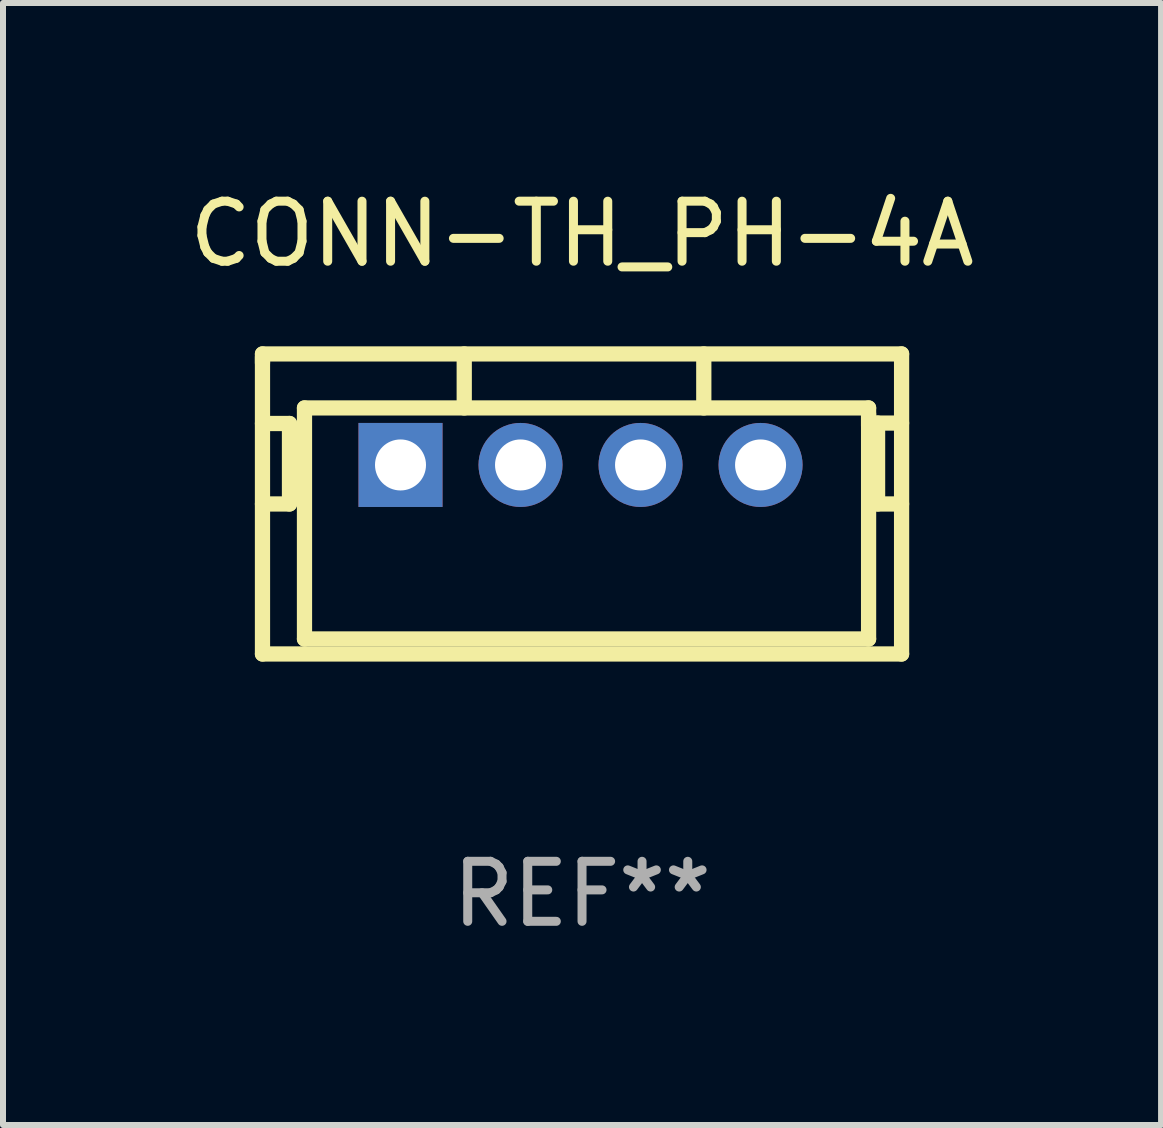
<source format=kicad_pcb>
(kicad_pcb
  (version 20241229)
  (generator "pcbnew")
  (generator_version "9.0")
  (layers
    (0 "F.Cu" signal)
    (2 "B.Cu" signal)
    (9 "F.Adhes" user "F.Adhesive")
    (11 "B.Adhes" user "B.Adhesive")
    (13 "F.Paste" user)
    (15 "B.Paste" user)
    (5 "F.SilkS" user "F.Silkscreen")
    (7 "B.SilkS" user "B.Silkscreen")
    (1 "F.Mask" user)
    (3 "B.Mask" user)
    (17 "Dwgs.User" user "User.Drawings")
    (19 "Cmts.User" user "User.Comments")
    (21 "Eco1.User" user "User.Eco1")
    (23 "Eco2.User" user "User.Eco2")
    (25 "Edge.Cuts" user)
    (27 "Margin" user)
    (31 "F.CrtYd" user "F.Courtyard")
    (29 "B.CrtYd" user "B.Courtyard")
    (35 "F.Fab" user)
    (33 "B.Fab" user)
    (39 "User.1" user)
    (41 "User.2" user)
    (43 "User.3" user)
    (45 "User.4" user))
  (footprint "CONN-TH_PH-4A"
    (layer "F.Cu")
    (at 6.624 4.698)
    (property "Reference" "CONN-TH_PH-4A" (at 0.025 -3.85 0) (layer "F.SilkS") (effects (font (size 1 1) (thickness 0.15))))
    (attr through_hole)
    (fp_line (start -5.3 -1.85) (end 5.35 -1.85) (stroke (width 0.254) (type solid)) (layer "F.SilkS"))
    (fp_line (start -5.3 -1.7) (end -5.3 -1.85) (stroke (width 0.254) (type solid)) (layer "F.SilkS"))
    (fp_line (start -5.3 -0.691) (end -4.85 -0.691) (stroke (width 0.254) (type solid)) (layer "F.SilkS"))
    (fp_line (start -5.3 3.15) (end -5.3 -1.8) (stroke (width 0.254) (type solid)) (layer "F.SilkS"))
    (fp_line (start -4.85 -0.691) (end -4.85 0.65) (stroke (width 0.254) (type solid)) (layer "F.SilkS"))
    (fp_line (start -4.85 0.65) (end -5.3 0.65) (stroke (width 0.254) (type solid)) (layer "F.SilkS"))
    (fp_line (start -4.6 -0.95) (end -4.6 2.9) (stroke (width 0.254) (type solid)) (layer "F.SilkS"))
    (fp_line (start -4.6 2.9) (end 4.8 2.9) (stroke (width 0.254) (type solid)) (layer "F.SilkS"))
    (fp_line (start -1.938 -0.95) (end -1.938 -1.85) (stroke (width 0.254) (type solid)) (layer "F.SilkS"))
    (fp_line (start 2.054 -0.95) (end 2.054 -1.85) (stroke (width 0.254) (type solid)) (layer "F.SilkS"))
    (fp_line (start 4.8 2.9) (end 4.8 -0.85) (stroke (width 0.254) (type solid)) (layer "F.SilkS"))
    (fp_line (start 4.8 -0.95) (end -4.6 -0.95) (stroke (width 0.254) (type solid)) (layer "F.SilkS"))
    (fp_line (start 4.8 -0.65) (end 4.8 -0.95) (stroke (width 0.254) (type solid)) (layer "F.SilkS"))
    (fp_line (start 4.95 -0.698) (end 4.95 0.65) (stroke (width 0.254) (type solid)) (layer "F.SilkS"))
    (fp_line (start 4.95 0.65) (end 5.35 0.65) (stroke (width 0.254) (type solid)) (layer "F.SilkS"))
    (fp_line (start 5.35 -1.85) (end 5.35 3.15) (stroke (width 0.254) (type solid)) (layer "F.SilkS"))
    (fp_line (start 5.35 -0.698) (end 4.95 -0.698) (stroke (width 0.254) (type solid)) (layer "F.SilkS"))
    (fp_line (start 5.35 3.15) (end -5.3 3.15) (stroke (width 0.254) (type solid)) (layer "F.SilkS"))
    (fp_circle (center -5.271 3.127) (end -5.241 3.127) (stroke (width 0.06) (type solid)) (fill no) (layer "F.SilkS"))
    (fp_text user "REF**" (at 0.025 7.15 0) (layer "F.Fab") (effects (font (size 1 1) (thickness 0.15))))
    (pad "1" thru_hole rect (at -3 0) (size 1.4 1.4) (drill 0.85) (layers "*.Cu" "*.Mask"))
    (pad "2" thru_hole circle (at -1 0) (size 1.4 1.4) (drill 0.85) (layers "*.Cu" "*.Mask"))
    (pad "3" thru_hole circle (at 1 0) (size 1.4 1.4) (drill 0.85) (layers "*.Cu" "*.Mask"))
    (pad "4" thru_hole circle (at 3 0) (size 1.4 1.4) (drill 0.85) (layers "*.Cu" "*.Mask")))
  (gr_rect
    (start -3 -3)
    (end 16.298 15.697)
    (stroke (width 0.1) (type default))
    (fill no)
    (layer "Edge.Cuts")))
</source>
